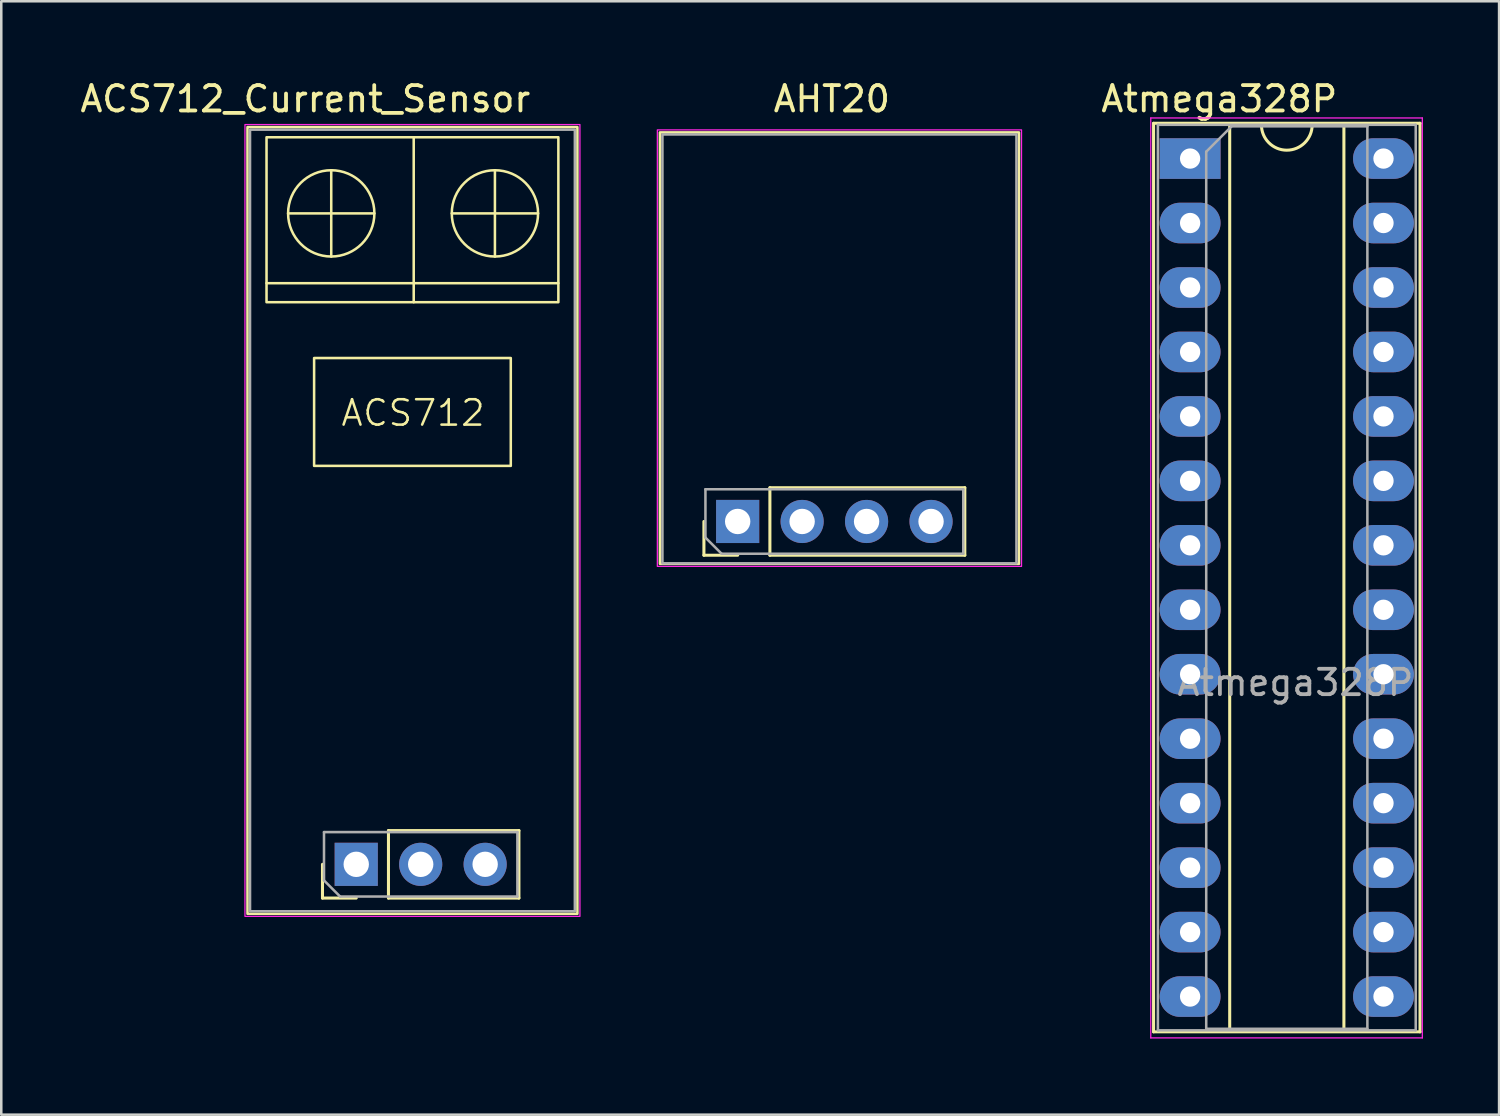
<source format=kicad_pcb>
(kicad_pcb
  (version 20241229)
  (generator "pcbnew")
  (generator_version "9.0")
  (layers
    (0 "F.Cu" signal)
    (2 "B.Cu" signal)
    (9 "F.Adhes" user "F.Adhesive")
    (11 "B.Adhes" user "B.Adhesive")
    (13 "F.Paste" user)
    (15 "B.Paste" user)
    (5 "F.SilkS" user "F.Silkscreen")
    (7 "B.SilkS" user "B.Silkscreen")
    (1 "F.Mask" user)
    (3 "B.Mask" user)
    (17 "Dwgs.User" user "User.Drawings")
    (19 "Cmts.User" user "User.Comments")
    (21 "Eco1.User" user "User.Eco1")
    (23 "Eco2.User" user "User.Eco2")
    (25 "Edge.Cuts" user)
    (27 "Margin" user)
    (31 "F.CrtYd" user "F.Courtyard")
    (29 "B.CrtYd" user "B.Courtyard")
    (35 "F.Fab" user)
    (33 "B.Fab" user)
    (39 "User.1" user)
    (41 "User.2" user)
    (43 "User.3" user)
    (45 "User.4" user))
  (footprint "AHT20"
    (layer "F.Cu")
    (at 29.957 10.098)
    (property "Reference" "AHT20" (at -0.23 -9.25 0) (unlocked yes) (layer "F.SilkS") (effects (font (size 1 1) (thickness 0.15))))
    (attr through_hole)
    (fp_line (start -5.27 8.73) (end -5.27 7.4) (stroke (width 0.12) (type solid)) (layer "F.SilkS"))
    (fp_line (start -3.94 8.73) (end -5.27 8.73) (stroke (width 0.12) (type solid)) (layer "F.SilkS"))
    (fp_line (start -2.67 6.07) (end 5.01 6.07) (stroke (width 0.12) (type solid)) (layer "F.SilkS"))
    (fp_line (start -2.67 8.73) (end -2.67 6.07) (stroke (width 0.12) (type solid)) (layer "F.SilkS"))
    (fp_line (start -2.67 8.73) (end 5.01 8.73) (stroke (width 0.12) (type solid)) (layer "F.SilkS"))
    (fp_line (start 5.01 8.73) (end 5.01 6.07) (stroke (width 0.12) (type solid)) (layer "F.SilkS"))
    (fp_rect (start -7.005 -7.93) (end 7.145 9.07) (stroke (width 0.1) (type default)) (fill no) (layer "F.SilkS"))
    (fp_rect (start -7.105 -8.03) (end 7.245 9.17) (stroke (width 0.05) (type default)) (fill no) (layer "F.CrtYd"))
    (fp_line (start -5.21 6.13) (end 4.95 6.13) (stroke (width 0.1) (type solid)) (layer "F.Fab"))
    (fp_line (start -5.21 8.035) (end -5.21 6.13) (stroke (width 0.1) (type solid)) (layer "F.Fab"))
    (fp_line (start -4.575 8.67) (end -5.21 8.035) (stroke (width 0.1) (type solid)) (layer "F.Fab"))
    (fp_line (start 4.95 6.13) (end 4.95 8.67) (stroke (width 0.1) (type solid)) (layer "F.Fab"))
    (fp_line (start 4.95 8.67) (end -4.575 8.67) (stroke (width 0.1) (type solid)) (layer "F.Fab"))
    (fp_rect (start -6.905 -7.85) (end 7.045 9.05) (stroke (width 0.1) (type default)) (fill no) (layer "F.Fab"))
    (pad "1" thru_hole rect (at -3.94 7.4 90) (size 1.7 1.7) (drill 1) (layers "*.Cu" "*.Mask"))
    (pad "2" thru_hole oval (at -1.4 7.4 90) (size 1.7 1.7) (drill 1) (layers "*.Cu" "*.Mask"))
    (pad "3" thru_hole oval (at 1.14 7.4 90) (size 1.7 1.7) (drill 1) (layers "*.Cu" "*.Mask"))
    (pad "4" thru_hole oval (at 3.68 7.4 90) (size 1.7 1.7) (drill 1) (layers "*.Cu" "*.Mask")))
  (footprint "Atmega328P"
    (layer "F.Cu")
    (at 47.465 20.058)
    (property "Reference" "Atmega328P" (at -2.47 -19.21 0) (unlocked yes) (layer "F.SilkS") (effects (font (size 1 1) (thickness 0.15))))
    (attr through_hole)
    (fp_line (start -5.06 -18.25) (end -5.06 17.55) (stroke (width 0.12) (type solid)) (layer "F.SilkS"))
    (fp_line (start -5.06 17.55) (end 5.44 17.55) (stroke (width 0.12) (type solid)) (layer "F.SilkS"))
    (fp_line (start -2.06 -18.19) (end -2.06 17.49) (stroke (width 0.12) (type solid)) (layer "F.SilkS"))
    (fp_line (start -2.06 17.49) (end 2.44 17.49) (stroke (width 0.12) (type solid)) (layer "F.SilkS"))
    (fp_line (start -0.81 -18.19) (end -2.06 -18.19) (stroke (width 0.12) (type solid)) (layer "F.SilkS"))
    (fp_line (start 2.44 -18.19) (end 1.19 -18.19) (stroke (width 0.12) (type solid)) (layer "F.SilkS"))
    (fp_line (start 2.44 17.49) (end 2.44 -18.19) (stroke (width 0.12) (type solid)) (layer "F.SilkS"))
    (fp_line (start 5.44 -18.25) (end -5.06 -18.25) (stroke (width 0.12) (type solid)) (layer "F.SilkS"))
    (fp_line (start 5.44 17.55) (end 5.44 -18.25) (stroke (width 0.12) (type solid)) (layer "F.SilkS"))
    (fp_arc (start 1.19 -18.19) (mid 0.19 -17.19) (end -0.81 -18.19) (stroke (width 0.12) (type solid)) (layer "F.SilkS"))
    (fp_line (start -5.17 -18.46) (end -5.17 17.79) (stroke (width 0.05) (type solid)) (layer "F.CrtYd"))
    (fp_line (start -5.17 17.79) (end 5.53 17.79) (stroke (width 0.05) (type solid)) (layer "F.CrtYd"))
    (fp_line (start 5.53 -18.46) (end -5.17 -18.46) (stroke (width 0.05) (type solid)) (layer "F.CrtYd"))
    (fp_line (start 5.53 17.79) (end 5.53 -18.46) (stroke (width 0.05) (type solid)) (layer "F.CrtYd"))
    (fp_line (start -4.89 -18.19) (end -4.89 17.49) (stroke (width 0.1) (type solid)) (layer "F.Fab"))
    (fp_line (start -4.89 17.49) (end 5.27 17.49) (stroke (width 0.1) (type solid)) (layer "F.Fab"))
    (fp_line (start -2.985 -17.13) (end -1.985 -18.13) (stroke (width 0.1) (type solid)) (layer "F.Fab"))
    (fp_line (start -2.985 17.43) (end -2.985 -17.13) (stroke (width 0.1) (type solid)) (layer "F.Fab"))
    (fp_line (start -1.985 -18.13) (end 3.365 -18.13) (stroke (width 0.1) (type solid)) (layer "F.Fab"))
    (fp_line (start 3.365 -18.13) (end 3.365 17.43) (stroke (width 0.1) (type solid)) (layer "F.Fab"))
    (fp_line (start 3.365 17.43) (end -2.985 17.43) (stroke (width 0.1) (type solid)) (layer "F.Fab"))
    (fp_line (start 5.27 -18.19) (end -4.89 -18.19) (stroke (width 0.1) (type solid)) (layer "F.Fab"))
    (fp_line (start 5.27 17.49) (end 5.27 -18.19) (stroke (width 0.1) (type solid)) (layer "F.Fab"))
    (fp_text user "${REFERENCE}" (at 0.53 3.79 0) (unlocked yes) (layer "F.Fab") (effects (font (size 1 1) (thickness 0.15))))
    (pad "1" thru_hole rect (at -3.62 -16.86) (size 2.4 1.6) (drill 0.8) (layers "*.Cu" "*.Mask"))
    (pad "2" thru_hole oval (at -3.62 -14.32) (size 2.4 1.6) (drill 0.8) (layers "*.Cu" "*.Mask"))
    (pad "3" thru_hole oval (at -3.62 -11.78) (size 2.4 1.6) (drill 0.8) (layers "*.Cu" "*.Mask"))
    (pad "4" thru_hole oval (at -3.62 -9.24) (size 2.4 1.6) (drill 0.8) (layers "*.Cu" "*.Mask"))
    (pad "5" thru_hole oval (at -3.62 -6.7) (size 2.4 1.6) (drill 0.8) (layers "*.Cu" "*.Mask"))
    (pad "6" thru_hole oval (at -3.62 -4.16) (size 2.4 1.6) (drill 0.8) (layers "*.Cu" "*.Mask"))
    (pad "7" thru_hole oval (at -3.62 -1.62) (size 2.4 1.6) (drill 0.8) (layers "*.Cu" "*.Mask"))
    (pad "8" thru_hole oval (at -3.62 0.92) (size 2.4 1.6) (drill 0.8) (layers "*.Cu" "*.Mask"))
    (pad "9" thru_hole oval (at -3.62 3.46) (size 2.4 1.6) (drill 0.8) (layers "*.Cu" "*.Mask"))
    (pad "10" thru_hole oval (at -3.62 6) (size 2.4 1.6) (drill 0.8) (layers "*.Cu" "*.Mask"))
    (pad "11" thru_hole oval (at -3.62 8.54) (size 2.4 1.6) (drill 0.8) (layers "*.Cu" "*.Mask"))
    (pad "12" thru_hole oval (at -3.62 11.08) (size 2.4 1.6) (drill 0.8) (layers "*.Cu" "*.Mask"))
    (pad "13" thru_hole oval (at -3.62 13.62) (size 2.4 1.6) (drill 0.8) (layers "*.Cu" "*.Mask"))
    (pad "14" thru_hole oval (at -3.62 16.16) (size 2.4 1.6) (drill 0.8) (layers "*.Cu" "*.Mask"))
    (pad "15" thru_hole oval (at 4 16.16) (size 2.4 1.6) (drill 0.8) (layers "*.Cu" "*.Mask"))
    (pad "16" thru_hole oval (at 4 13.62) (size 2.4 1.6) (drill 0.8) (layers "*.Cu" "*.Mask"))
    (pad "17" thru_hole oval (at 4 11.08) (size 2.4 1.6) (drill 0.8) (layers "*.Cu" "*.Mask"))
    (pad "18" thru_hole oval (at 4 8.54) (size 2.4 1.6) (drill 0.8) (layers "*.Cu" "*.Mask"))
    (pad "19" thru_hole oval (at 4 6) (size 2.4 1.6) (drill 0.8) (layers "*.Cu" "*.Mask"))
    (pad "20" thru_hole oval (at 4 3.46) (size 2.4 1.6) (drill 0.8) (layers "*.Cu" "*.Mask"))
    (pad "21" thru_hole oval (at 4 0.92) (size 2.4 1.6) (drill 0.8) (layers "*.Cu" "*.Mask"))
    (pad "22" thru_hole oval (at 4 -1.62) (size 2.4 1.6) (drill 0.8) (layers "*.Cu" "*.Mask"))
    (pad "23" thru_hole oval (at 4 -4.16) (size 2.4 1.6) (drill 0.8) (layers "*.Cu" "*.Mask"))
    (pad "24" thru_hole oval (at 4 -6.7) (size 2.4 1.6) (drill 0.8) (layers "*.Cu" "*.Mask"))
    (pad "25" thru_hole oval (at 4 -9.24) (size 2.4 1.6) (drill 0.8) (layers "*.Cu" "*.Mask"))
    (pad "26" thru_hole oval (at 4 -11.78) (size 2.4 1.6) (drill 0.8) (layers "*.Cu" "*.Mask"))
    (pad "27" thru_hole oval (at 4 -14.32) (size 2.4 1.6) (drill 0.8) (layers "*.Cu" "*.Mask"))
    (pad "28" thru_hole oval (at 4 -16.86) (size 2.4 1.6) (drill 0.8) (layers "*.Cu" "*.Mask")))
  (footprint "ACS712_Current_Sensor"
    (layer "F.Cu")
    (at 13.327 15.558)
    (property "Reference" "ACS712_Current_Sensor" (at -4.345 -14.71 0) (unlocked yes) (layer "F.SilkS") (effects (font (size 1 1) (thickness 0.15))))
    (attr through_hole)
    (fp_line (start -5.875 -7.45) (end 5.625 -7.45) (stroke (width 0.1) (type default)) (layer "F.SilkS"))
    (fp_line (start -5.025 -10.2) (end -1.625 -10.2) (stroke (width 0.1) (type default)) (layer "F.SilkS"))
    (fp_line (start -3.67 16.78) (end -3.67 15.45) (stroke (width 0.12) (type solid)) (layer "F.SilkS"))
    (fp_line (start -3.325 -11.9) (end -3.325 -8.5) (stroke (width 0.1) (type default)) (layer "F.SilkS"))
    (fp_line (start -2.34 16.78) (end -3.67 16.78) (stroke (width 0.12) (type solid)) (layer "F.SilkS"))
    (fp_line (start -1.07 14.12) (end 4.07 14.12) (stroke (width 0.12) (type solid)) (layer "F.SilkS"))
    (fp_line (start -1.07 16.78) (end -1.07 14.12) (stroke (width 0.12) (type solid)) (layer "F.SilkS"))
    (fp_line (start -1.07 16.78) (end 4.07 16.78) (stroke (width 0.12) (type solid)) (layer "F.SilkS"))
    (fp_line (start -0.075 -13.2) (end -0.075 -6.7) (stroke (width 0.1) (type default)) (layer "F.SilkS"))
    (fp_line (start 1.425 -10.2) (end 4.825 -10.2) (stroke (width 0.1) (type default)) (layer "F.SilkS"))
    (fp_line (start 3.125 -11.9) (end 3.125 -8.5) (stroke (width 0.1) (type default)) (layer "F.SilkS"))
    (fp_line (start 4.07 16.78) (end 4.07 14.12) (stroke (width 0.12) (type solid)) (layer "F.SilkS"))
    (fp_rect (start -6.625 -13.6) (end 6.375 17.4) (stroke (width 0.1) (type default)) (fill no) (layer "F.SilkS"))
    (fp_rect (start -5.875 -13.2) (end 5.625 -6.7) (stroke (width 0.1) (type default)) (fill no) (layer "F.SilkS"))
    (fp_rect (start -4 -4.5) (end 3.75 -0.25) (stroke (width 0.1) (type default)) (fill no) (layer "F.SilkS"))
    (fp_circle (center -3.325 -10.2) (end -1.625 -10.2) (stroke (width 0.1) (type default)) (fill no) (layer "F.SilkS"))
    (fp_circle (center 3.125 -10.2) (end 4.825 -10.2) (stroke (width 0.1) (type default)) (fill no) (layer "F.SilkS"))
    (fp_rect (start -6.725 -13.7) (end 6.475 17.5) (stroke (width 0.05) (type default)) (fill no) (layer "F.CrtYd"))
    (fp_line (start -3.61 14.18) (end 4.01 14.18) (stroke (width 0.1) (type solid)) (layer "F.Fab"))
    (fp_line (start -3.61 16.085) (end -3.61 14.18) (stroke (width 0.1) (type solid)) (layer "F.Fab"))
    (fp_line (start -2.975 16.72) (end -3.61 16.085) (stroke (width 0.1) (type solid)) (layer "F.Fab"))
    (fp_line (start 4.01 14.18) (end 4.01 16.72) (stroke (width 0.1) (type solid)) (layer "F.Fab"))
    (fp_line (start 4.01 16.72) (end -2.975 16.72) (stroke (width 0.1) (type solid)) (layer "F.Fab"))
    (fp_rect (start -6.525 -13.5) (end 6.275 17.3) (stroke (width 0.1) (type default)) (fill no) (layer "F.Fab"))
    (fp_text user "ACS712" (at -3 -1.75 0) (unlocked yes) (layer "F.SilkS") (effects (font (size 1 1) (thickness 0.1)) (justify left bottom)))
    (pad "1" thru_hole rect (at -2.34 15.45 90) (size 1.7 1.7) (drill 1) (layers "*.Cu" "*.Mask"))
    (pad "2" thru_hole oval (at 0.2 15.45 90) (size 1.7 1.7) (drill 1) (layers "*.Cu" "*.Mask"))
    (pad "3" thru_hole oval (at 2.74 15.45 90) (size 1.7 1.7) (drill 1) (layers "*.Cu" "*.Mask")))
  (gr_rect
    (start -3 -3)
    (end 56.02 40.873)
    (stroke (width 0.1) (type default))
    (fill no)
    (layer "Edge.Cuts")))
</source>
